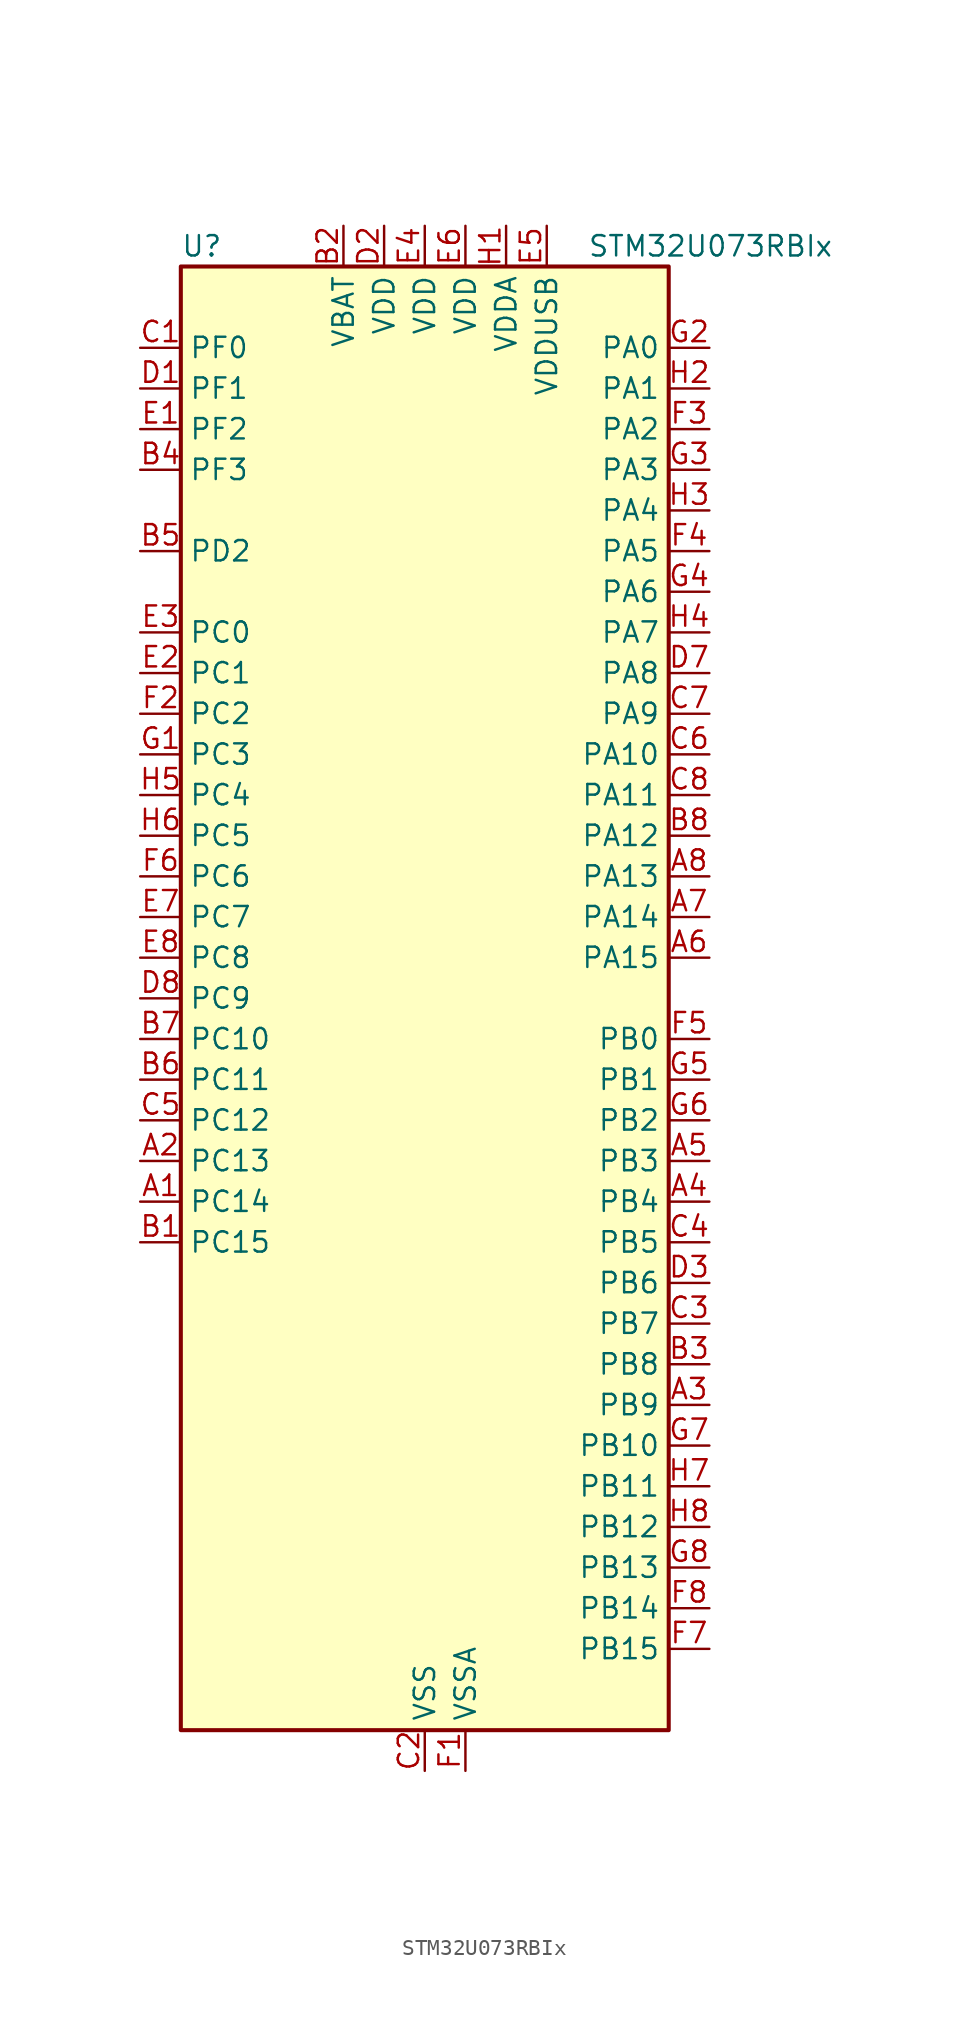
<source format=kicad_sym>
(kicad_symbol_lib
  (version 20241209)
  (generator "kicad_symbol_editor")
  (generator_version "9.0")
  (symbol "STM32U073RBIx"
    (property "Reference" "U"
      (at -15.24 46.99 0)
      (effects (font (size 1.27 1.27)) (justify left)))
    (property "Value" "STM32U073RBIx"
      (at 10.16 46.99 0)
      (effects (font (size 1.27 1.27)) (justify left)))
    (symbol "STM32U073RBIx_0_1"
      (rectangle (start -15.24 -45.72) (end 15.24 45.72) (stroke (width 0.254) (type default)) (fill (type background))))
    (symbol "STM32U073RBIx_1_1"
      (pin bidirectional line (at -17.78 40.64 0) (length 2.54) (name "PF0" (effects (font (size 1.27 1.27)))) (number "C1" (effects (font (size 1.27 1.27)))) (alternate "RCC_OSC_IN" bidirectional line))
      (pin bidirectional line (at -17.78 38.1 0) (length 2.54) (name "PF1" (effects (font (size 1.27 1.27)))) (number "D1" (effects (font (size 1.27 1.27)))) (alternate "RCC_OSC_EN" bidirectional line) (alternate "RCC_OSC_OUT" bidirectional line))
      (pin bidirectional line (at -17.78 35.56 0) (length 2.54) (name "PF2" (effects (font (size 1.27 1.27)))) (number "E1" (effects (font (size 1.27 1.27)))) (alternate "RCC_MCO" bidirectional line))
      (pin bidirectional line (at -17.78 33.02 0) (length 2.54) (name "PF3" (effects (font (size 1.27 1.27)))) (number "B4" (effects (font (size 1.27 1.27)))))
      (pin bidirectional line (at -17.78 27.94 0) (length 2.54) (name "PD2" (effects (font (size 1.27 1.27)))) (number "B5" (effects (font (size 1.27 1.27)))) (alternate "LCD_COM7" bidirectional line) (alternate "LCD_SEG31" bidirectional line) (alternate "LCD_SEG51" bidirectional line) (alternate "TIM3_ETR" bidirectional line) (alternate "TSC_SYNC" bidirectional line) (alternate "USART3_DE" bidirectional line) (alternate "USART3_RTS" bidirectional line))
      (pin bidirectional line (at -17.78 22.86 0) (length 2.54) (name "PC0" (effects (font (size 1.27 1.27)))) (number "E3" (effects (font (size 1.27 1.27)))) (alternate "ADC1_IN0" bidirectional line) (alternate "I2C3_SCL" bidirectional line) (alternate "I2C4_SCL" bidirectional line) (alternate "LCD_SEG18" bidirectional line) (alternate "LPTIM1_IN1" bidirectional line) (alternate "LPTIM2_IN1" bidirectional line) (alternate "LPUART1_RX" bidirectional line) (alternate "LPUART2_TX" bidirectional line))
      (pin bidirectional line (at -17.78 20.32 0) (length 2.54) (name "PC1" (effects (font (size 1.27 1.27)))) (number "E2" (effects (font (size 1.27 1.27)))) (alternate "ADC1_IN1" bidirectional line) (alternate "I2C3_SDA" bidirectional line) (alternate "I2C4_SDA" bidirectional line) (alternate "LCD_SEG19" bidirectional line) (alternate "LPTIM1_CH1" bidirectional line) (alternate "LPUART1_TX" bidirectional line) (alternate "LPUART2_RX" bidirectional line))
      (pin bidirectional line (at -17.78 17.78 0) (length 2.54) (name "PC2" (effects (font (size 1.27 1.27)))) (number "F2" (effects (font (size 1.27 1.27)))) (alternate "ADC1_IN2" bidirectional line) (alternate "LCD_SEG20" bidirectional line) (alternate "LPTIM1_IN2" bidirectional line) (alternate "RCC_MCO2" bidirectional line) (alternate "SPI2_MISO" bidirectional line))
      (pin bidirectional line (at -17.78 15.24 0) (length 2.54) (name "PC3" (effects (font (size 1.27 1.27)))) (number "G1" (effects (font (size 1.27 1.27)))) (alternate "ADC1_IN3" bidirectional line) (alternate "LCD_VLCD" bidirectional line) (alternate "LPTIM1_ETR" bidirectional line) (alternate "LPTIM2_ETR" bidirectional line) (alternate "LPTIM3_CH1" bidirectional line) (alternate "SPI2_MOSI" bidirectional line) (alternate "USART4_CK" bidirectional line))
      (pin bidirectional line (at -17.78 12.7 0) (length 2.54) (name "PC4" (effects (font (size 1.27 1.27)))) (number "H5" (effects (font (size 1.27 1.27)))) (alternate "ADC1_IN15" bidirectional line) (alternate "COMP1_INM" bidirectional line) (alternate "LCD_SEG22" bidirectional line) (alternate "LPUART3_TX" bidirectional line) (alternate "USART3_TX" bidirectional line))
      (pin bidirectional line (at -17.78 10.16 0) (length 2.54) (name "PC5" (effects (font (size 1.27 1.27)))) (number "H6" (effects (font (size 1.27 1.27)))) (alternate "ADC1_IN16" bidirectional line) (alternate "COMP1_INP" bidirectional line) (alternate "LCD_SEG23" bidirectional line) (alternate "LPTIM3_CH3" bidirectional line) (alternate "LPUART3_RX" bidirectional line) (alternate "PWR_WKUP5" bidirectional line) (alternate "TAMP_IN4" bidirectional line) (alternate "USART3_RX" bidirectional line))
      (pin bidirectional line (at -17.78 7.62 0) (length 2.54) (name "PC6" (effects (font (size 1.27 1.27)))) (number "F6" (effects (font (size 1.27 1.27)))) (alternate "COMP1_INP" bidirectional line) (alternate "LCD_SEG24" bidirectional line) (alternate "LPUART2_TX" bidirectional line) (alternate "TIM3_CH1" bidirectional line) (alternate "TSC_G4_IO1" bidirectional line))
      (pin bidirectional line (at -17.78 5.08 0) (length 2.54) (name "PC7" (effects (font (size 1.27 1.27)))) (number "E7" (effects (font (size 1.27 1.27)))) (alternate "LCD_SEG25" bidirectional line) (alternate "LPTIM2_CH2" bidirectional line) (alternate "LPTIM3_CH4" bidirectional line) (alternate "LPUART2_RX" bidirectional line) (alternate "TIM3_CH2" bidirectional line) (alternate "TSC_G4_IO2" bidirectional line))
      (pin bidirectional line (at -17.78 2.54 0) (length 2.54) (name "PC8" (effects (font (size 1.27 1.27)))) (number "E8" (effects (font (size 1.27 1.27)))) (alternate "LCD_SEG26" bidirectional line) (alternate "LPTIM3_CH1" bidirectional line) (alternate "TIM3_CH3" bidirectional line) (alternate "TSC_G4_IO3" bidirectional line))
      (pin bidirectional line (at -17.78 0 0) (length 2.54) (name "PC9" (effects (font (size 1.27 1.27)))) (number "D8" (effects (font (size 1.27 1.27)))) (alternate "DAC1_EXTI9" bidirectional line) (alternate "LCD_SEG27" bidirectional line) (alternate "LPTIM3_CH2" bidirectional line) (alternate "TIM3_CH4" bidirectional line) (alternate "TSC_G4_IO4" bidirectional line) (alternate "USB_NOE" bidirectional line))
      (pin bidirectional line (at -17.78 -2.54 0) (length 2.54) (name "PC10" (effects (font (size 1.27 1.27)))) (number "B7" (effects (font (size 1.27 1.27)))) (alternate "LCD_COM4" bidirectional line) (alternate "LCD_SEG28" bidirectional line) (alternate "LCD_SEG48" bidirectional line) (alternate "LPTIM3_ETR" bidirectional line) (alternate "SPI3_SCK" bidirectional line) (alternate "TSC_G3_IO2" bidirectional line) (alternate "USART3_TX" bidirectional line) (alternate "USART4_TX" bidirectional line))
      (pin bidirectional line (at -17.78 -5.08 0) (length 2.54) (name "PC11" (effects (font (size 1.27 1.27)))) (number "B6" (effects (font (size 1.27 1.27)))) (alternate "ADC1_EXTI11" bidirectional line) (alternate "LCD_COM5" bidirectional line) (alternate "LCD_SEG29" bidirectional line) (alternate "LCD_SEG49" bidirectional line) (alternate "LPTIM3_IN1" bidirectional line) (alternate "SPI3_MISO" bidirectional line) (alternate "TSC_G3_IO3" bidirectional line) (alternate "USART3_RX" bidirectional line) (alternate "USART4_RX" bidirectional line))
      (pin bidirectional line (at -17.78 -7.62 0) (length 2.54) (name "PC12" (effects (font (size 1.27 1.27)))) (number "C5" (effects (font (size 1.27 1.27)))) (alternate "LCD_COM6" bidirectional line) (alternate "LCD_SEG30" bidirectional line) (alternate "LCD_SEG50" bidirectional line) (alternate "LPTIM3_CH3" bidirectional line) (alternate "SPI3_MOSI" bidirectional line) (alternate "USART3_CK" bidirectional line) (alternate "USART4_CK" bidirectional line))
      (pin bidirectional line (at -17.78 -10.16 0) (length 2.54) (name "PC13" (effects (font (size 1.27 1.27)))) (number "A2" (effects (font (size 1.27 1.27)))) (alternate "LPTIM1_CH3" bidirectional line) (alternate "LPTIM3_CH3" bidirectional line) (alternate "PWR_WKUP2" bidirectional line) (alternate "RTC_OUT1" bidirectional line) (alternate "RTC_TS" bidirectional line) (alternate "TAMP_IN1" bidirectional line))
      (pin bidirectional line (at -17.78 -12.7 0) (length 2.54) (name "PC14" (effects (font (size 1.27 1.27)))) (number "A1" (effects (font (size 1.27 1.27)))) (alternate "RCC_OSC32_IN" bidirectional line))
      (pin bidirectional line (at -17.78 -15.24 0) (length 2.54) (name "PC15" (effects (font (size 1.27 1.27)))) (number "B1" (effects (font (size 1.27 1.27)))) (alternate "RCC_OSC32_EN" bidirectional line) (alternate "RCC_OSC32_OUT" bidirectional line) (alternate "RCC_OSC_EN" bidirectional line))
      (pin power_in line (at -5.08 48.26 270) (length 2.54) (name "VBAT" (effects (font (size 1.27 1.27)))) (number "B2" (effects (font (size 1.27 1.27)))))
      (pin power_in line (at -2.54 48.26 270) (length 2.54) (name "VDD" (effects (font (size 1.27 1.27)))) (number "D2" (effects (font (size 1.27 1.27)))))
      (pin power_in line (at 0 48.26 270) (length 2.54) (name "VDD" (effects (font (size 1.27 1.27)))) (number "E4" (effects (font (size 1.27 1.27)))))
      (pin power_in line (at 0 -48.26 90) (length 2.54) (name "VSS" (effects (font (size 1.27 1.27)))) (number "C2" (effects (font (size 1.27 1.27)))))
      (pin passive line (at 0 -48.26 90) (length 2.54) (hide yes) (name "VSS" (effects (font (size 1.27 1.27)))) (number "D4" (effects (font (size 1.27 1.27)))))
      (pin passive line (at 0 -48.26 90) (length 2.54) (hide yes) (name "VSS" (effects (font (size 1.27 1.27)))) (number "D5" (effects (font (size 1.27 1.27)))))
      (pin passive line (at 0 -48.26 90) (length 2.54) (hide yes) (name "VSS" (effects (font (size 1.27 1.27)))) (number "D6" (effects (font (size 1.27 1.27)))))
      (pin power_in line (at 2.54 48.26 270) (length 2.54) (name "VDD" (effects (font (size 1.27 1.27)))) (number "E6" (effects (font (size 1.27 1.27)))))
      (pin power_in line (at 2.54 -48.26 90) (length 2.54) (name "VSSA" (effects (font (size 1.27 1.27)))) (number "F1" (effects (font (size 1.27 1.27)))))
      (pin power_in line (at 5.08 48.26 270) (length 2.54) (name "VDDA" (effects (font (size 1.27 1.27)))) (number "H1" (effects (font (size 1.27 1.27)))))
      (pin power_in line (at 7.62 48.26 270) (length 2.54) (name "VDDUSB" (effects (font (size 1.27 1.27)))) (number "E5" (effects (font (size 1.27 1.27)))))
      (pin bidirectional line (at 17.78 40.64 180) (length 2.54) (name "PA0" (effects (font (size 1.27 1.27)))) (number "G2" (effects (font (size 1.27 1.27)))) (alternate "ADC1_IN4" bidirectional line) (alternate "COMP1_INM" bidirectional line) (alternate "COMP1_OUT" bidirectional line) (alternate "LCD_SEG42" bidirectional line) (alternate "OPAMP1_VINP" bidirectional line) (alternate "PWR_WKUP1" bidirectional line) (alternate "TAMP_IN2" bidirectional line) (alternate "TIM2_CH1" bidirectional line) (alternate "TIM2_ETR" bidirectional line) (alternate "USART2_CTS" bidirectional line) (alternate "USART4_TX" bidirectional line))
      (pin bidirectional line (at 17.78 38.1 180) (length 2.54) (name "PA1" (effects (font (size 1.27 1.27)))) (number "H2" (effects (font (size 1.27 1.27)))) (alternate "ADC1_IN5" bidirectional line) (alternate "COMP1_INP" bidirectional line) (alternate "LCD_SEG0" bidirectional line) (alternate "LPTIM1_CH2" bidirectional line) (alternate "OPAMP1_VINM" bidirectional line) (alternate "PWR_WKUP3" bidirectional line) (alternate "SPI1_SCK" bidirectional line) (alternate "SPI2_SCK" bidirectional line) (alternate "TAMP_IN5" bidirectional line) (alternate "TIM15_CH1N" bidirectional line) (alternate "TIM2_CH2" bidirectional line) (alternate "USART2_DE" bidirectional line) (alternate "USART2_RTS" bidirectional line) (alternate "USART4_RX" bidirectional line))
      (pin bidirectional line (at 17.78 35.56 180) (length 2.54) (name "PA2" (effects (font (size 1.27 1.27)))) (number "F3" (effects (font (size 1.27 1.27)))) (alternate "ADC1_IN6" bidirectional line) (alternate "COMP2_INM" bidirectional line) (alternate "COMP2_OUT" bidirectional line) (alternate "LCD_SEG1" bidirectional line) (alternate "LPUART1_TX" bidirectional line) (alternate "PWR_WKUP4" bidirectional line) (alternate "RCC_LSCO" bidirectional line) (alternate "TIM15_CH1" bidirectional line) (alternate "TIM2_CH3" bidirectional line) (alternate "USART2_TX" bidirectional line))
      (pin bidirectional line (at 17.78 33.02 180) (length 2.54) (name "PA3" (effects (font (size 1.27 1.27)))) (number "G3" (effects (font (size 1.27 1.27)))) (alternate "ADC1_IN7" bidirectional line) (alternate "COMP2_INP" bidirectional line) (alternate "LCD_SEG2" bidirectional line) (alternate "LPUART1_RX" bidirectional line) (alternate "OPAMP1_VOUT" bidirectional line) (alternate "TIM15_CH2" bidirectional line) (alternate "TIM2_CH4" bidirectional line) (alternate "USART2_RX" bidirectional line))
      (pin bidirectional line (at 17.78 30.48 180) (length 2.54) (name "PA4" (effects (font (size 1.27 1.27)))) (number "H3" (effects (font (size 1.27 1.27)))) (alternate "ADC1_IN8" bidirectional line) (alternate "COMP1_INM" bidirectional line) (alternate "COMP2_INM" bidirectional line) (alternate "DAC1_OUT1" bidirectional line) (alternate "LCD_SEG43" bidirectional line) (alternate "LPTIM2_CH1" bidirectional line) (alternate "LPUART3_TX" bidirectional line) (alternate "SPI1_NSS" bidirectional line) (alternate "SPI3_NSS" bidirectional line) (alternate "USART2_CK" bidirectional line))
      (pin bidirectional line (at 17.78 27.94 180) (length 2.54) (name "PA5" (effects (font (size 1.27 1.27)))) (number "F4" (effects (font (size 1.27 1.27)))) (alternate "ADC1_IN9" bidirectional line) (alternate "COMP1_INM" bidirectional line) (alternate "COMP2_INM" bidirectional line) (alternate "LCD_SEG44" bidirectional line) (alternate "LPTIM2_ETR" bidirectional line) (alternate "LPUART3_RX" bidirectional line) (alternate "SPI1_SCK" bidirectional line) (alternate "TIM2_CH1" bidirectional line) (alternate "TIM2_ETR" bidirectional line) (alternate "USART3_TX" bidirectional line))
      (pin bidirectional line (at 17.78 25.4 180) (length 2.54) (name "PA6" (effects (font (size 1.27 1.27)))) (number "G4" (effects (font (size 1.27 1.27)))) (alternate "ADC1_IN10" bidirectional line) (alternate "COMP1_OUT" bidirectional line) (alternate "I2C2_SDA" bidirectional line) (alternate "I2C3_SDA" bidirectional line) (alternate "LCD_SEG3" bidirectional line) (alternate "LPUART1_CTS" bidirectional line) (alternate "SPI1_MISO" bidirectional line) (alternate "TIM16_CH1" bidirectional line) (alternate "TIM1_BKIN" bidirectional line) (alternate "TIM3_CH1" bidirectional line) (alternate "TSC_G5_IO1" bidirectional line) (alternate "USART3_CTS" bidirectional line))
      (pin bidirectional line (at 17.78 22.86 180) (length 2.54) (name "PA7" (effects (font (size 1.27 1.27)))) (number "H4" (effects (font (size 1.27 1.27)))) (alternate "ADC1_IN14" bidirectional line) (alternate "COMP2_OUT" bidirectional line) (alternate "I2C2_SCL" bidirectional line) (alternate "I2C3_SCL" bidirectional line) (alternate "LCD_SEG4" bidirectional line) (alternate "LPTIM2_CH2" bidirectional line) (alternate "SPI1_MOSI" bidirectional line) (alternate "TIM1_CH1N" bidirectional line) (alternate "TIM3_CH2" bidirectional line) (alternate "USART3_RX" bidirectional line))
      (pin bidirectional line (at 17.78 20.32 180) (length 2.54) (name "PA8" (effects (font (size 1.27 1.27)))) (number "D7" (effects (font (size 1.27 1.27)))) (alternate "LCD_COM0" bidirectional line) (alternate "LPTIM2_CH1" bidirectional line) (alternate "RCC_MCO" bidirectional line) (alternate "RCC_MCO2" bidirectional line) (alternate "TIM1_CH1" bidirectional line) (alternate "TSC_G7_IO1" bidirectional line) (alternate "USART1_CK" bidirectional line))
      (pin bidirectional line (at 17.78 17.78 180) (length 2.54) (name "PA9" (effects (font (size 1.27 1.27)))) (number "C7" (effects (font (size 1.27 1.27)))) (alternate "COMP1_INP" bidirectional line) (alternate "DAC1_EXTI9" bidirectional line) (alternate "I2C1_SCL" bidirectional line) (alternate "I2C2_SCL" bidirectional line) (alternate "LCD_COM1" bidirectional line) (alternate "RCC_MCO" bidirectional line) (alternate "TIM15_BKIN" bidirectional line) (alternate "TIM1_CH2" bidirectional line) (alternate "TSC_G7_IO2" bidirectional line) (alternate "USART1_TX" bidirectional line))
      (pin bidirectional line (at 17.78 15.24 180) (length 2.54) (name "PA10" (effects (font (size 1.27 1.27)))) (number "C6" (effects (font (size 1.27 1.27)))) (alternate "CRS_SYNC" bidirectional line) (alternate "I2C1_SDA" bidirectional line) (alternate "I2C2_SDA" bidirectional line) (alternate "LCD_COM2" bidirectional line) (alternate "RCC_MCO2" bidirectional line) (alternate "SPI2_NSS" bidirectional line) (alternate "TIM1_CH3" bidirectional line) (alternate "TSC_G7_IO3" bidirectional line) (alternate "USART1_RX" bidirectional line))
      (pin bidirectional line (at 17.78 12.7 180) (length 2.54) (name "PA11" (effects (font (size 1.27 1.27)))) (number "C8" (effects (font (size 1.27 1.27)))) (alternate "ADC1_EXTI11" bidirectional line) (alternate "COMP1_OUT" bidirectional line) (alternate "SPI1_MISO" bidirectional line) (alternate "SPI2_MISO" bidirectional line) (alternate "TIM1_BKIN2" bidirectional line) (alternate "TIM1_CH4" bidirectional line) (alternate "USART1_CTS" bidirectional line) (alternate "USB_DM" bidirectional line))
      (pin bidirectional line (at 17.78 10.16 180) (length 2.54) (name "PA12" (effects (font (size 1.27 1.27)))) (number "B8" (effects (font (size 1.27 1.27)))) (alternate "SPI1_MOSI" bidirectional line) (alternate "SPI2_MOSI" bidirectional line) (alternate "TIM1_ETR" bidirectional line) (alternate "USART1_DE" bidirectional line) (alternate "USART1_RTS" bidirectional line) (alternate "USB_DP" bidirectional line))
      (pin bidirectional line (at 17.78 7.62 180) (length 2.54) (name "PA13" (effects (font (size 1.27 1.27)))) (number "A8" (effects (font (size 1.27 1.27)))) (alternate "DEBUG_JTMS-SWDIO" bidirectional line) (alternate "IR_OUT" bidirectional line) (alternate "LCD_SEG40" bidirectional line) (alternate "TSC_G7_IO4" bidirectional line) (alternate "USB_NOE" bidirectional line))
      (pin bidirectional line (at 17.78 5.08 180) (length 2.54) (name "PA14" (effects (font (size 1.27 1.27)))) (number "A7" (effects (font (size 1.27 1.27)))) (alternate "DEBUG_JTCK-SWCLK" bidirectional line) (alternate "LCD_SEG41" bidirectional line) (alternate "LPTIM1_CH1" bidirectional line) (alternate "TSC_G3_IO4" bidirectional line))
      (pin bidirectional line (at 17.78 2.54 180) (length 2.54) (name "PA15" (effects (font (size 1.27 1.27)))) (number "A6" (effects (font (size 1.27 1.27)))) (alternate "DEBUG_JTDI" bidirectional line) (alternate "LCD_SEG17" bidirectional line) (alternate "LPTIM3_CH3" bidirectional line) (alternate "LPTIM3_IN2" bidirectional line) (alternate "SPI1_NSS" bidirectional line) (alternate "SPI3_NSS" bidirectional line) (alternate "TIM2_CH1" bidirectional line) (alternate "TIM2_ETR" bidirectional line) (alternate "TSC_G3_IO1" bidirectional line) (alternate "USART2_RX" bidirectional line) (alternate "USART3_DE" bidirectional line) (alternate "USART3_RTS" bidirectional line) (alternate "USART4_DE" bidirectional line) (alternate "USART4_RTS" bidirectional line))
      (pin bidirectional line (at 17.78 -2.54 180) (length 2.54) (name "PB0" (effects (font (size 1.27 1.27)))) (number "F5" (effects (font (size 1.27 1.27)))) (alternate "ADC1_IN17" bidirectional line) (alternate "COMP1_OUT" bidirectional line) (alternate "LCD_SEG5" bidirectional line) (alternate "LPTIM3_CH1" bidirectional line) (alternate "LPUART2_CTS" bidirectional line) (alternate "SPI1_NSS" bidirectional line) (alternate "TIM1_CH2N" bidirectional line) (alternate "TIM3_CH3" bidirectional line) (alternate "TSC_G5_IO2" bidirectional line) (alternate "USART3_CK" bidirectional line))
      (pin bidirectional line (at 17.78 -5.08 180) (length 2.54) (name "PB1" (effects (font (size 1.27 1.27)))) (number "G5" (effects (font (size 1.27 1.27)))) (alternate "ADC1_IN18" bidirectional line) (alternate "COMP1_INM" bidirectional line) (alternate "LCD_SEG6" bidirectional line) (alternate "LPTIM2_IN1" bidirectional line) (alternate "LPTIM3_CH2" bidirectional line) (alternate "LPUART1_DE" bidirectional line) (alternate "LPUART1_RTS" bidirectional line) (alternate "LPUART2_DE" bidirectional line) (alternate "LPUART2_RTS" bidirectional line) (alternate "TIM1_CH3N" bidirectional line) (alternate "TIM3_CH4" bidirectional line) (alternate "TSC_SYNC" bidirectional line) (alternate "USART3_DE" bidirectional line) (alternate "USART3_RTS" bidirectional line))
      (pin bidirectional line (at 17.78 -7.62 180) (length 2.54) (name "PB2" (effects (font (size 1.27 1.27)))) (number "G6" (effects (font (size 1.27 1.27)))) (alternate "COMP1_INP" bidirectional line) (alternate "LCD_VLCD" bidirectional line) (alternate "LPTIM1_CH1" bidirectional line) (alternate "RTC_OUT2" bidirectional line))
      (pin bidirectional line (at 17.78 -10.16 180) (length 2.54) (name "PB3" (effects (font (size 1.27 1.27)))) (number "A5" (effects (font (size 1.27 1.27)))) (alternate "COMP2_INM" bidirectional line) (alternate "DEBUG_JTDO-SWO" bidirectional line) (alternate "I2C2_SCL" bidirectional line) (alternate "I2C3_SCL" bidirectional line) (alternate "LCD_SEG7" bidirectional line) (alternate "LPTIM1_CH3" bidirectional line) (alternate "SPI1_SCK" bidirectional line) (alternate "SPI3_SCK" bidirectional line) (alternate "TIM2_CH2" bidirectional line) (alternate "USART1_DE" bidirectional line) (alternate "USART1_RTS" bidirectional line))
      (pin bidirectional line (at 17.78 -12.7 180) (length 2.54) (name "PB4" (effects (font (size 1.27 1.27)))) (number "A4" (effects (font (size 1.27 1.27)))) (alternate "COMP2_INP" bidirectional line) (alternate "I2C2_SDA" bidirectional line) (alternate "I2C3_SDA" bidirectional line) (alternate "LCD_SEG8" bidirectional line) (alternate "LPTIM1_CH4" bidirectional line) (alternate "LPUART3_DE" bidirectional line) (alternate "LPUART3_RTS" bidirectional line) (alternate "SPI1_MISO" bidirectional line) (alternate "SPI3_MISO" bidirectional line) (alternate "TIM3_CH1" bidirectional line) (alternate "TSC_G2_IO1" bidirectional line) (alternate "USART1_CTS" bidirectional line))
      (pin bidirectional line (at 17.78 -15.24 180) (length 2.54) (name "PB5" (effects (font (size 1.27 1.27)))) (number "C4" (effects (font (size 1.27 1.27)))) (alternate "COMP2_OUT" bidirectional line) (alternate "LCD_SEG9" bidirectional line) (alternate "LPTIM1_IN1" bidirectional line) (alternate "LPUART3_CTS" bidirectional line) (alternate "SPI1_MOSI" bidirectional line) (alternate "SPI3_MOSI" bidirectional line) (alternate "TIM16_BKIN" bidirectional line) (alternate "TIM3_CH2" bidirectional line) (alternate "TSC_G2_IO2" bidirectional line) (alternate "USART1_CK" bidirectional line))
      (pin bidirectional line (at 17.78 -17.78 180) (length 2.54) (name "PB6" (effects (font (size 1.27 1.27)))) (number "D3" (effects (font (size 1.27 1.27)))) (alternate "COMP2_INP" bidirectional line) (alternate "I2C1_SCL" bidirectional line) (alternate "I2C2_SCL" bidirectional line) (alternate "I2C4_SCL" bidirectional line) (alternate "LPTIM1_ETR" bidirectional line) (alternate "LPUART2_TX" bidirectional line) (alternate "LPUART3_TX" bidirectional line) (alternate "TIM16_CH1N" bidirectional line) (alternate "TSC_G2_IO3" bidirectional line) (alternate "USART1_TX" bidirectional line))
      (pin bidirectional line (at 17.78 -20.32 180) (length 2.54) (name "PB7" (effects (font (size 1.27 1.27)))) (number "C3" (effects (font (size 1.27 1.27)))) (alternate "COMP2_INM" bidirectional line) (alternate "I2C1_SDA" bidirectional line) (alternate "I2C2_SDA" bidirectional line) (alternate "I2C4_SDA" bidirectional line) (alternate "LCD_SEG21" bidirectional line) (alternate "LPTIM1_IN2" bidirectional line) (alternate "LPUART2_RX" bidirectional line) (alternate "LPUART3_RX" bidirectional line) (alternate "PWR_PVD_IN" bidirectional line) (alternate "TSC_G2_IO4" bidirectional line) (alternate "USART1_RX" bidirectional line) (alternate "USART4_CTS" bidirectional line))
      (pin bidirectional line (at 17.78 -22.86 180) (length 2.54) (name "PB8" (effects (font (size 1.27 1.27)))) (number "B3" (effects (font (size 1.27 1.27)))) (alternate "I2C1_SCL" bidirectional line) (alternate "I2C2_SCL" bidirectional line) (alternate "LCD_SEG16" bidirectional line) (alternate "LPTIM1_IN2" bidirectional line) (alternate "LPTIM3_IN2" bidirectional line) (alternate "TIM16_CH1" bidirectional line) (alternate "USART3_TX" bidirectional line))
      (pin bidirectional line (at 17.78 -25.4 180) (length 2.54) (name "PB9" (effects (font (size 1.27 1.27)))) (number "A3" (effects (font (size 1.27 1.27)))) (alternate "DAC1_EXTI9" bidirectional line) (alternate "I2C1_SDA" bidirectional line) (alternate "I2C2_SDA" bidirectional line) (alternate "IR_OUT" bidirectional line) (alternate "LCD_COM3" bidirectional line) (alternate "LPTIM1_CH4" bidirectional line) (alternate "LPTIM3_CH4" bidirectional line) (alternate "SPI2_NSS" bidirectional line) (alternate "USART3_RX" bidirectional line))
      (pin bidirectional line (at 17.78 -27.94 180) (length 2.54) (name "PB10" (effects (font (size 1.27 1.27)))) (number "G7" (effects (font (size 1.27 1.27)))) (alternate "COMP1_OUT" bidirectional line) (alternate "I2C2_SCL" bidirectional line) (alternate "I2C4_SCL" bidirectional line) (alternate "LCD_SEG10" bidirectional line) (alternate "LPTIM3_CH1" bidirectional line) (alternate "LPUART1_RX" bidirectional line) (alternate "LPUART2_RX" bidirectional line) (alternate "SPI2_SCK" bidirectional line) (alternate "TIM2_CH3" bidirectional line) (alternate "TSC_G5_IO3" bidirectional line) (alternate "USART3_TX" bidirectional line))
      (pin bidirectional line (at 17.78 -30.48 180) (length 2.54) (name "PB11" (effects (font (size 1.27 1.27)))) (number "H7" (effects (font (size 1.27 1.27)))) (alternate "ADC1_EXTI11" bidirectional line) (alternate "COMP2_OUT" bidirectional line) (alternate "I2C2_SDA" bidirectional line) (alternate "I2C4_SDA" bidirectional line) (alternate "LCD_SEG11" bidirectional line) (alternate "LPUART1_TX" bidirectional line) (alternate "LPUART2_TX" bidirectional line) (alternate "TIM2_CH4" bidirectional line) (alternate "TSC_G5_IO4" bidirectional line) (alternate "USART3_RX" bidirectional line))
      (pin bidirectional line (at 17.78 -33.02 180) (length 2.54) (name "PB12" (effects (font (size 1.27 1.27)))) (number "H8" (effects (font (size 1.27 1.27)))) (alternate "LCD_SEG12" bidirectional line) (alternate "LPUART1_DE" bidirectional line) (alternate "LPUART1_RTS" bidirectional line) (alternate "SPI2_NSS" bidirectional line) (alternate "TIM15_BKIN" bidirectional line) (alternate "TIM1_BKIN" bidirectional line) (alternate "TSC_G1_IO1" bidirectional line) (alternate "USART3_CK" bidirectional line))
      (pin bidirectional line (at 17.78 -35.56 180) (length 2.54) (name "PB13" (effects (font (size 1.27 1.27)))) (number "G8" (effects (font (size 1.27 1.27)))) (alternate "I2C2_SCL" bidirectional line) (alternate "LCD_SEG13" bidirectional line) (alternate "LPTIM3_IN1" bidirectional line) (alternate "LPUART1_CTS" bidirectional line) (alternate "SPI2_SCK" bidirectional line) (alternate "TIM15_CH1N" bidirectional line) (alternate "TIM1_CH1N" bidirectional line) (alternate "TSC_G1_IO2" bidirectional line) (alternate "USART3_CTS" bidirectional line))
      (pin bidirectional line (at 17.78 -38.1 180) (length 2.54) (name "PB14" (effects (font (size 1.27 1.27)))) (number "F8" (effects (font (size 1.27 1.27)))) (alternate "I2C2_SDA" bidirectional line) (alternate "LCD_SEG14" bidirectional line) (alternate "LPTIM3_ETR" bidirectional line) (alternate "SPI2_MISO" bidirectional line) (alternate "TIM15_CH1" bidirectional line) (alternate "TIM1_CH2N" bidirectional line) (alternate "TSC_G1_IO3" bidirectional line) (alternate "USART3_DE" bidirectional line) (alternate "USART3_RTS" bidirectional line))
      (pin bidirectional line (at 17.78 -40.64 180) (length 2.54) (name "PB15" (effects (font (size 1.27 1.27)))) (number "F7" (effects (font (size 1.27 1.27)))) (alternate "LCD_SEG15" bidirectional line) (alternate "PWR_WKUP7" bidirectional line) (alternate "RTC_REFIN" bidirectional line) (alternate "SPI2_MOSI" bidirectional line) (alternate "TAMP_IN3" bidirectional line) (alternate "TIM15_CH2" bidirectional line) (alternate "TIM1_CH3N" bidirectional line) (alternate "TSC_G1_IO4" bidirectional line)))))
</source>
